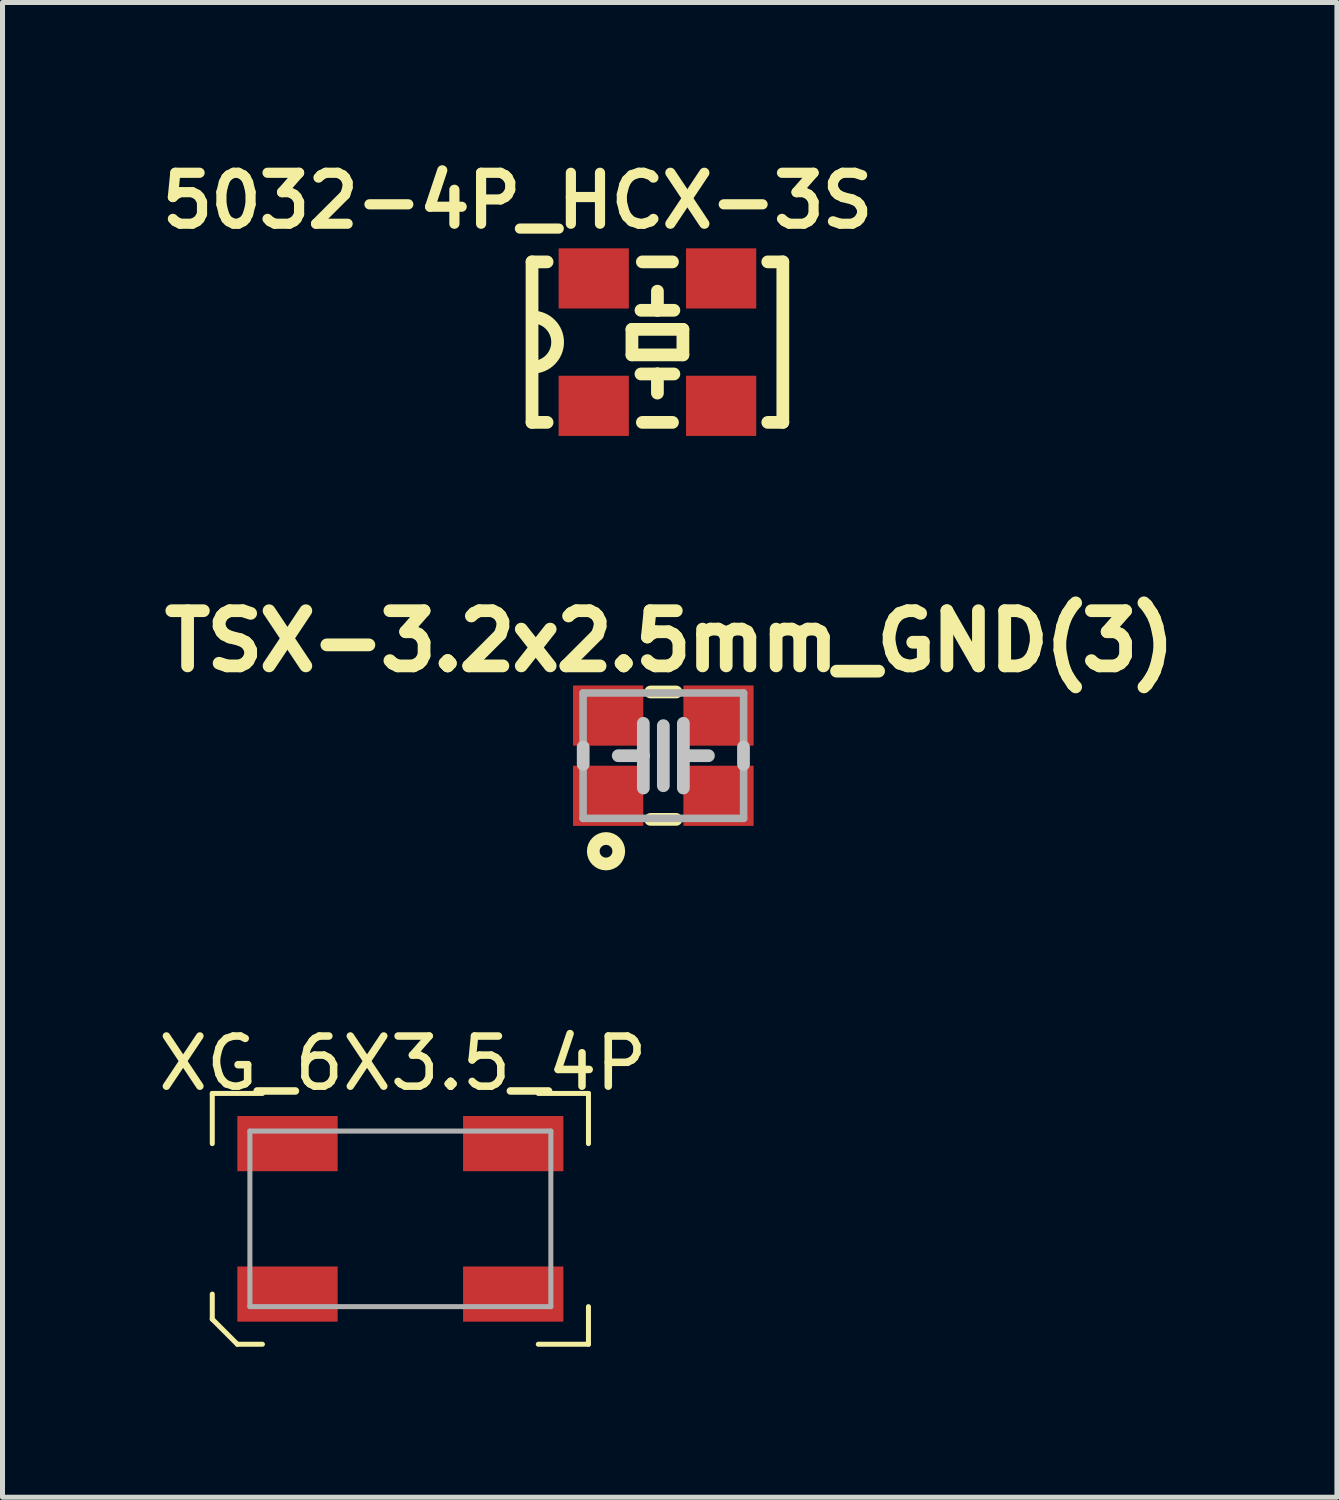
<source format=kicad_pcb>
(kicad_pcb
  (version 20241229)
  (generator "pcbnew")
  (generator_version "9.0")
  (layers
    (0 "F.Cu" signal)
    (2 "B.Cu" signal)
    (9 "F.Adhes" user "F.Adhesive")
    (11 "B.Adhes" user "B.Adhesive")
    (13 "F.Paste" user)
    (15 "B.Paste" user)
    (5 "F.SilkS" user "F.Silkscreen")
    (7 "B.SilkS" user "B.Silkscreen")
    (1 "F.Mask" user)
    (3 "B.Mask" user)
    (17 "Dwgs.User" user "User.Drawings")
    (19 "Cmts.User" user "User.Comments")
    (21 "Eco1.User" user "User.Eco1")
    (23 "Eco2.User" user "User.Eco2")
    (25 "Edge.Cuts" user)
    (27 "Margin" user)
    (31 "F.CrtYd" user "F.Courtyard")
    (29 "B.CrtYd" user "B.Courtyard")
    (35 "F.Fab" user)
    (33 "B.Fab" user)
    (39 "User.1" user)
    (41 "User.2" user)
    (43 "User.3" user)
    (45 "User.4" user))
  (footprint "5032-4P_HCX-3S"
    (layer "F.Cu")
    (at 10.057 3.771)
    (property "Reference" "5032-4P_HCX-3S" (at -2.79 -2.82 0) (layer "F.SilkS") (effects (font (size 1.016 1.016) (thickness 0.203))))
    (attr smd)
    (fp_line (start -2.5 -1.6) (end -2.2 -1.6) (stroke (width 0.254) (type solid)) (layer "F.SilkS"))
    (fp_line (start -2.5 1.6) (end -2.5 -1.6) (stroke (width 0.254) (type solid)) (layer "F.SilkS"))
    (fp_line (start -2.5 1.6) (end -2.2 1.6) (stroke (width 0.254) (type solid)) (layer "F.SilkS"))
    (fp_line (start -0.508 -0.254) (end -0.508 0.254) (stroke (width 0.254) (type solid)) (layer "F.SilkS"))
    (fp_line (start -0.508 0.254) (end 0.508 0.254) (stroke (width 0.254) (type solid)) (layer "F.SilkS"))
    (fp_line (start -0.328 -0.635) (end 0 -0.635) (stroke (width 0.254) (type solid)) (layer "F.SilkS"))
    (fp_line (start -0.328 0.635) (end 0 0.635) (stroke (width 0.254) (type solid)) (layer "F.SilkS"))
    (fp_line (start -0.3 -1.6) (end 0.3 -1.6) (stroke (width 0.254) (type solid)) (layer "F.SilkS"))
    (fp_line (start -0.3 1.6) (end 0.3 1.6) (stroke (width 0.254) (type solid)) (layer "F.SilkS"))
    (fp_line (start 0 -0.635) (end 0 -1.016) (stroke (width 0.254) (type solid)) (layer "F.SilkS"))
    (fp_line (start 0 -0.635) (end 0.328 -0.635) (stroke (width 0.254) (type solid)) (layer "F.SilkS"))
    (fp_line (start 0 0.635) (end 0 1.016) (stroke (width 0.254) (type solid)) (layer "F.SilkS"))
    (fp_line (start 0 0.635) (end 0.328 0.635) (stroke (width 0.254) (type solid)) (layer "F.SilkS"))
    (fp_line (start 0.508 -0.254) (end -0.508 -0.254) (stroke (width 0.254) (type solid)) (layer "F.SilkS"))
    (fp_line (start 0.508 0.254) (end 0.508 -0.254) (stroke (width 0.254) (type solid)) (layer "F.SilkS"))
    (fp_line (start 2.2 -1.6) (end 2.5 -1.6) (stroke (width 0.254) (type solid)) (layer "F.SilkS"))
    (fp_line (start 2.2 1.6) (end 2.5 1.6) (stroke (width 0.254) (type solid)) (layer "F.SilkS"))
    (fp_line (start 2.5 -1.6) (end 2.5 1.6) (stroke (width 0.254) (type solid)) (layer "F.SilkS"))
    (fp_arc (start -2.49 -0.5) (mid -1.99 0) (end -2.49 0.5) (stroke (width 0.254) (type solid)) (layer "F.SilkS"))
    (pad "1" smd rect (at -1.27 1.27) (size 1.4 1.2) (layers "F.Cu" "F.Mask" "F.Paste"))
    (pad "2" smd rect (at 1.27 1.27) (size 1.4 1.2) (layers "F.Cu" "F.Mask" "F.Paste"))
    (pad "3" smd rect (at 1.27 -1.27) (size 1.4 1.2) (layers "F.Cu" "F.Mask" "F.Paste"))
    (pad "4" smd rect (at -1.27 -1.27) (size 1.4 1.2) (layers "F.Cu" "F.Mask" "F.Paste")))
  (footprint "XG_6X3.5_4P"
    (layer "F.Cu")
    (at 4.932 21.25)
    (property "Reference" "XG_6X3.5_4P" (at 0.05 -3.1 0) (layer "F.SilkS") (effects (font (size 1 1) (thickness 0.15))))
    (attr through_hole)
    (fp_line (start -3.75 -2.5) (end -3.75 -1.5) (stroke (width 0.1) (type solid)) (layer "F.SilkS"))
    (fp_line (start -3.75 -2.5) (end -2.75 -2.5) (stroke (width 0.1) (type solid)) (layer "F.SilkS"))
    (fp_line (start -3.75 2) (end -3.75 1.5) (stroke (width 0.1) (type solid)) (layer "F.SilkS"))
    (fp_line (start -3.75 2) (end -3.25 2.5) (stroke (width 0.1) (type solid)) (layer "F.SilkS"))
    (fp_line (start -3.25 2.5) (end -2.75 2.5) (stroke (width 0.1) (type solid)) (layer "F.SilkS"))
    (fp_line (start 2.75 -2.5) (end 3.75 -2.5) (stroke (width 0.1) (type solid)) (layer "F.SilkS"))
    (fp_line (start 2.75 2.5) (end 3.75 2.5) (stroke (width 0.1) (type solid)) (layer "F.SilkS"))
    (fp_line (start 3.75 -2.5) (end 3.75 -1.5) (stroke (width 0.1) (type solid)) (layer "F.SilkS"))
    (fp_line (start 3.75 2.5) (end 3.75 1.75) (stroke (width 0.1) (type solid)) (layer "F.SilkS"))
    (fp_line (start -3 -1.75) (end 3 -1.75) (stroke (width 0.1) (type solid)) (layer "F.Fab"))
    (fp_line (start -3 1.75) (end -3 -1.75) (stroke (width 0.1) (type solid)) (layer "F.Fab"))
    (fp_line (start 3 -1.75) (end 3 1.75) (stroke (width 0.1) (type solid)) (layer "F.Fab"))
    (fp_line (start 3 1.75) (end -3 1.75) (stroke (width 0.1) (type solid)) (layer "F.Fab"))
    (pad "1" smd rect (at -2.25 1.5) (size 2 1.1) (layers "F.Cu" "F.Mask" "F.Paste"))
    (pad "2" smd rect (at 2.25 1.5) (size 2 1.1) (layers "F.Cu" "F.Mask" "F.Paste"))
    (pad "3" smd rect (at 2.25 -1.5) (size 2 1.1) (layers "F.Cu" "F.Mask" "F.Paste"))
    (pad "4" smd rect (at -2.25 -1.5) (size 2 1.1) (layers "F.Cu" "F.Mask" "F.Paste")))
  (footprint "TSX-3.2x2.5mm_GND(3)"
    (layer "F.Cu")
    (at 10.175 12.016)
    (property "Reference" "TSX-3.2x2.5mm_GND(3)" (at 0.127 -2.286 0) (layer "F.SilkS") (effects (font (size 1.1 1.1) (thickness 0.254))))
    (attr smd)
    (fp_line (start 0.254 -1.27) (end -0.254 -1.27) (stroke (width 0.254) (type solid)) (layer "F.SilkS"))
    (fp_line (start 0.254 1.27) (end -0.254 1.27) (stroke (width 0.254) (type solid)) (layer "F.SilkS"))
    (fp_circle (center -1.143 1.905) (end -1.143 2.159) (stroke (width 0.254) (type solid)) (fill no) (layer "F.SilkS"))
    (fp_line (start -1.598 0.173) (end -1.598 -0.173) (stroke (width 0.254) (type solid)) (layer "Dwgs.User"))
    (fp_line (start -0.399 -0.645) (end -0.399 0) (stroke (width 0.254) (type solid)) (layer "Dwgs.User"))
    (fp_line (start -0.399 0) (end -0.899 0) (stroke (width 0.254) (type solid)) (layer "Dwgs.User"))
    (fp_line (start -0.399 0) (end -0.399 0.645) (stroke (width 0.254) (type solid)) (layer "Dwgs.User"))
    (fp_line (start 0 0.599) (end 0 -0.599) (stroke (width 0.254) (type solid)) (layer "Dwgs.User"))
    (fp_line (start 0.399 -0.645) (end 0.399 0) (stroke (width 0.254) (type solid)) (layer "Dwgs.User"))
    (fp_line (start 0.399 0) (end 0.399 0.645) (stroke (width 0.254) (type solid)) (layer "Dwgs.User"))
    (fp_line (start 0.399 0) (end 0.899 0) (stroke (width 0.254) (type solid)) (layer "Dwgs.User"))
    (fp_line (start 1.598 -0.173) (end 1.598 0.173) (stroke (width 0.254) (type solid)) (layer "Dwgs.User"))
    (fp_line (start -1.6 -1.25) (end 1.6 -1.25) (stroke (width 0.15) (type solid)) (layer "F.Fab"))
    (fp_line (start -1.6 1.25) (end -1.6 -1.25) (stroke (width 0.15) (type solid)) (layer "F.Fab"))
    (fp_line (start 1.6 -1.25) (end 1.6 1.25) (stroke (width 0.15) (type solid)) (layer "F.Fab"))
    (fp_line (start 1.6 1.25) (end -1.6 1.25) (stroke (width 0.15) (type solid)) (layer "F.Fab"))
    (pad "1" smd rect (at -1.1 0.8) (size 1.4 1.2) (layers "F.Cu" "F.Mask" "F.Paste"))
    (pad "2" smd rect (at 1.1 -0.8) (size 1.4 1.2) (layers "F.Cu" "F.Mask" "F.Paste"))
    (pad "3" smd rect (at -1.1 -0.8) (size 1.4 1.2) (layers "F.Cu" "F.Mask" "F.Paste"))
    (pad "3" smd rect (at 1.1 0.8) (size 1.4 1.2) (layers "F.Cu" "F.Mask" "F.Paste")))
  (gr_rect
    (start -3 -3)
    (end 23.604 26.8)
    (stroke (width 0.1) (type default))
    (fill no)
    (layer "Edge.Cuts")))
</source>
